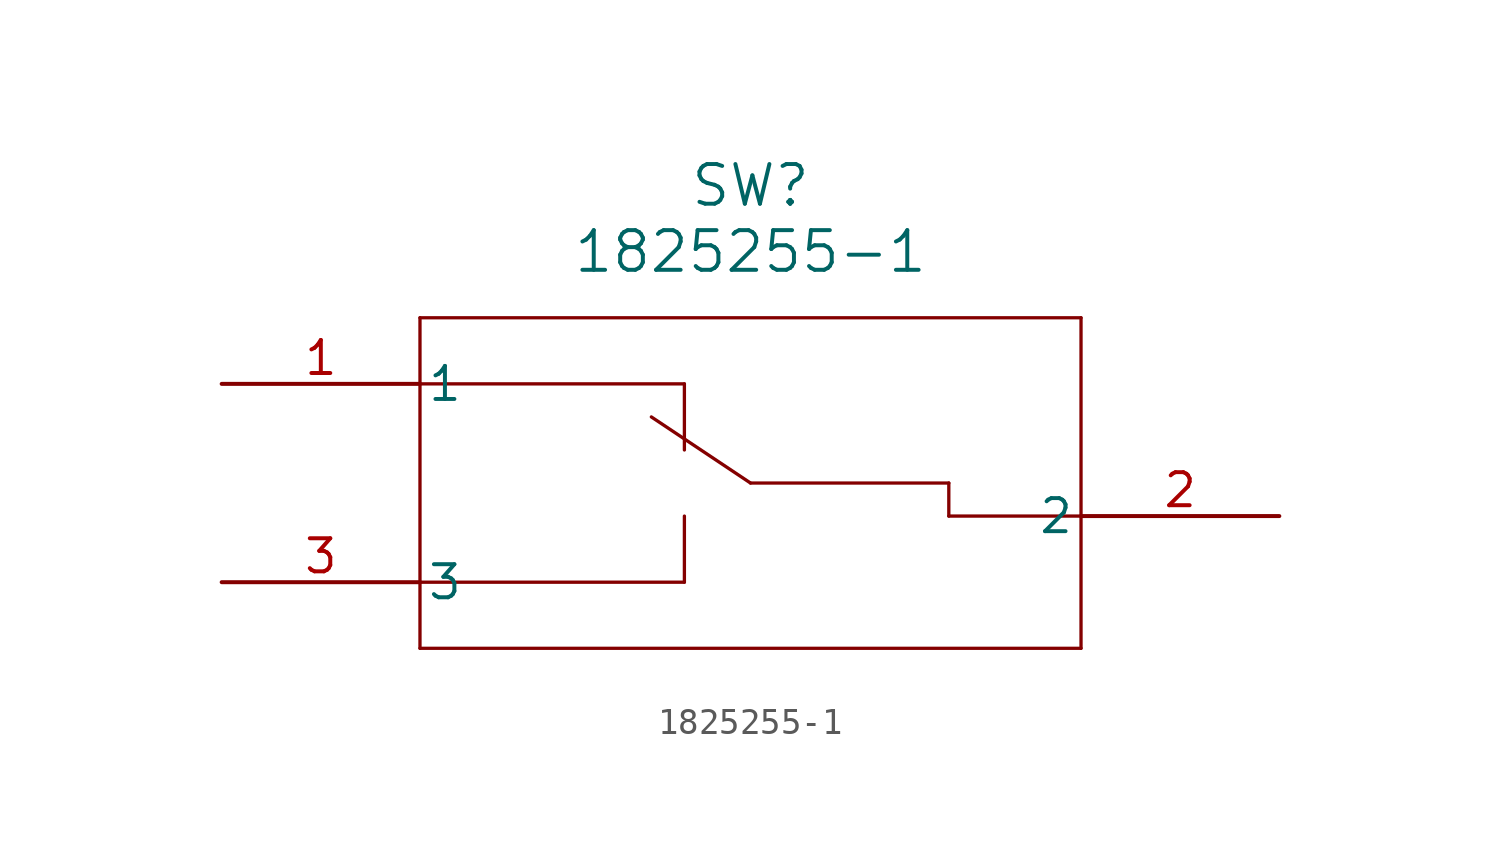
<source format=kicad_sym>
(kicad_symbol_lib
  (version 20211014)
  (generator kicad_symbol_editor)
  (symbol "1825255-1"
    (pin_names
      (offset 0.254))
    (property "Reference" "SW"
      (at 20.32 7.62 0)
      (effects (font (size 1.524 1.524))))
    (property "Value" "1825255-1"
      (at 20.32 5.08 0)
      (effects (font (size 1.524 1.524))))
    (symbol "1825255-1_0_1"
      (polyline (pts (xy 7.62 2.54) (xy 7.62 -10.16)) (stroke (width 0.127) (type default) (color 0 0 0 0)) (fill (type none)))
      (polyline (pts (xy 7.62 -10.16) (xy 33.02 -10.16)) (stroke (width 0.127) (type default) (color 0 0 0 0)) (fill (type none)))
      (polyline (pts (xy 33.02 -10.16) (xy 33.02 2.54)) (stroke (width 0.127) (type default) (color 0 0 0 0)) (fill (type none)))
      (polyline (pts (xy 33.02 2.54) (xy 7.62 2.54)) (stroke (width 0.127) (type default) (color 0 0 0 0)) (fill (type none)))
      (polyline (pts (xy 7.62 0) (xy 17.78 0)) (stroke (width 0.127) (type default) (color 0 0 0 0)) (fill (type none)))
      (polyline (pts (xy 17.78 0) (xy 17.78 -2.54)) (stroke (width 0.127) (type default) (color 0 0 0 0)) (fill (type none)))
      (polyline (pts (xy 7.62 -7.62) (xy 17.78 -7.62)) (stroke (width 0.127) (type default) (color 0 0 0 0)) (fill (type none)))
      (polyline (pts (xy 17.78 -7.62) (xy 17.78 -5.08)) (stroke (width 0.127) (type default) (color 0 0 0 0)) (fill (type none)))
      (polyline (pts (xy 20.32 -3.81) (xy 27.94 -3.81)) (stroke (width 0.127) (type default) (color 0 0 0 0)) (fill (type none)))
      (polyline (pts (xy 27.94 -3.81) (xy 27.94 -5.08)) (stroke (width 0.127) (type default) (color 0 0 0 0)) (fill (type none)))
      (polyline (pts (xy 27.94 -5.08) (xy 33.02 -5.08)) (stroke (width 0.127) (type default) (color 0 0 0 0)) (fill (type none)))
      (polyline (pts (xy 20.32 -3.81) (xy 16.51 -1.27)) (stroke (width 0.127) (type default) (color 0 0 0 0)) (fill (type none)))
      (pin unspecified line (at 0 0 0) (length 7.62) (name "1" (effects (font (size 1.27 1.27)))) (number "1" (effects (font (size 1.27 1.27)))))
      (pin unspecified line (at 40.64 -5.08 180) (length 7.62) (name "2" (effects (font (size 1.27 1.27)))) (number "2" (effects (font (size 1.27 1.27)))))
      (pin unspecified line (at 0 -7.62 0) (length 7.62) (name "3" (effects (font (size 1.27 1.27)))) (number "3" (effects (font (size 1.27 1.27))))))))
</source>
